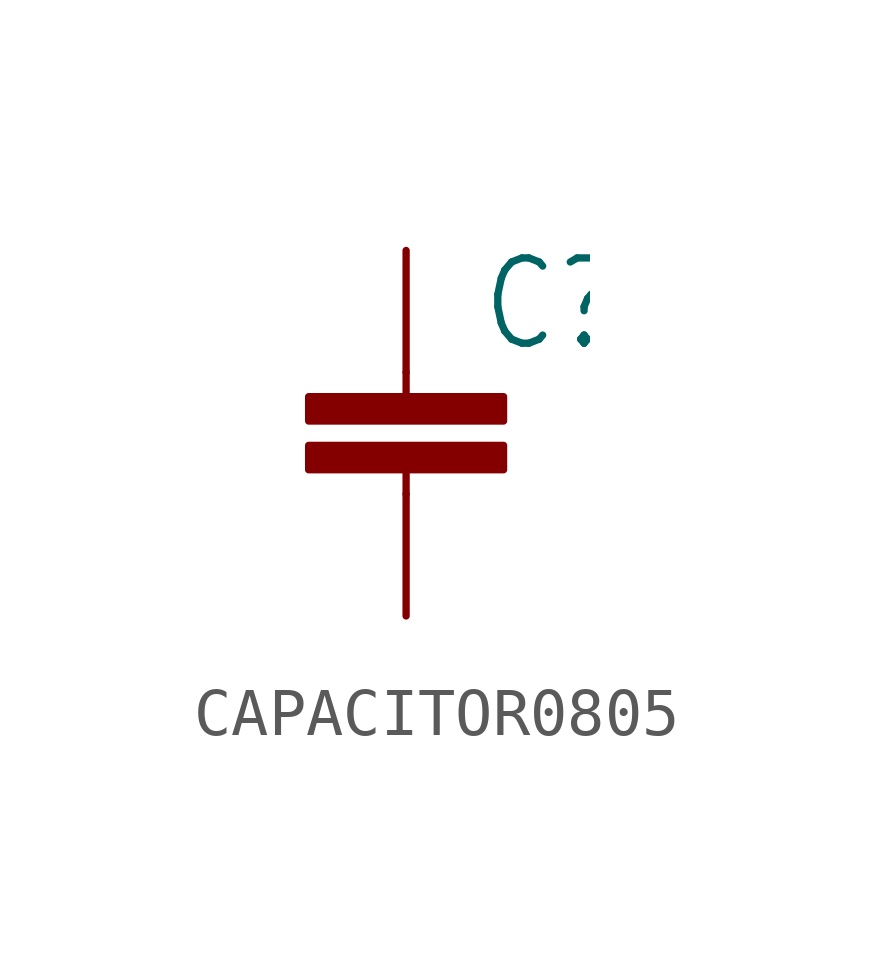
<source format=kicad_sym>
(kicad_symbol_lib
  (version 20241209)
  (generator "kicad_symbol_editor")
  (generator_version "9.0")
  (symbol "CAPACITOR0805"
    (property "Reference" "C"
      (at 1.524 2.921 0)
      (effects (font (size 1.778 1.511)) (justify left bottom)))
    (property "Value" ""
      (at 1.524 -2.159 0)
      (effects (font (size 1.778 1.511)) (justify left bottom)))
    (property "ki_locked" ""
      (at 0 0 0)
      (effects (font (size 1.27 1.27))))
    (symbol "CAPACITOR0805_1_0"
      (rectangle (start -2.032 1.524) (end 2.032 2.032) (stroke (width 0) (type default)) (fill (type outline)))
      (rectangle (start -2.032 0.508) (end 2.032 1.016) (stroke (width 0) (type default)) (fill (type outline)))
      (polyline (pts (xy 0 2.54) (xy 0 2.032)) (stroke (width 0.152) (type solid)) (fill (type none)))
      (polyline (pts (xy 0 0) (xy 0 0.508)) (stroke (width 0.152) (type solid)) (fill (type none)))
      (pin passive line (at 0 5.08 270) (length 2.54) (name "1" (effects (font (size 0 0)))) (number "1" (effects (font (size 0 0)))))
      (pin passive line (at 0 -2.54 90) (length 2.54) (name "2" (effects (font (size 0 0)))) (number "2" (effects (font (size 0 0))))))))
</source>
